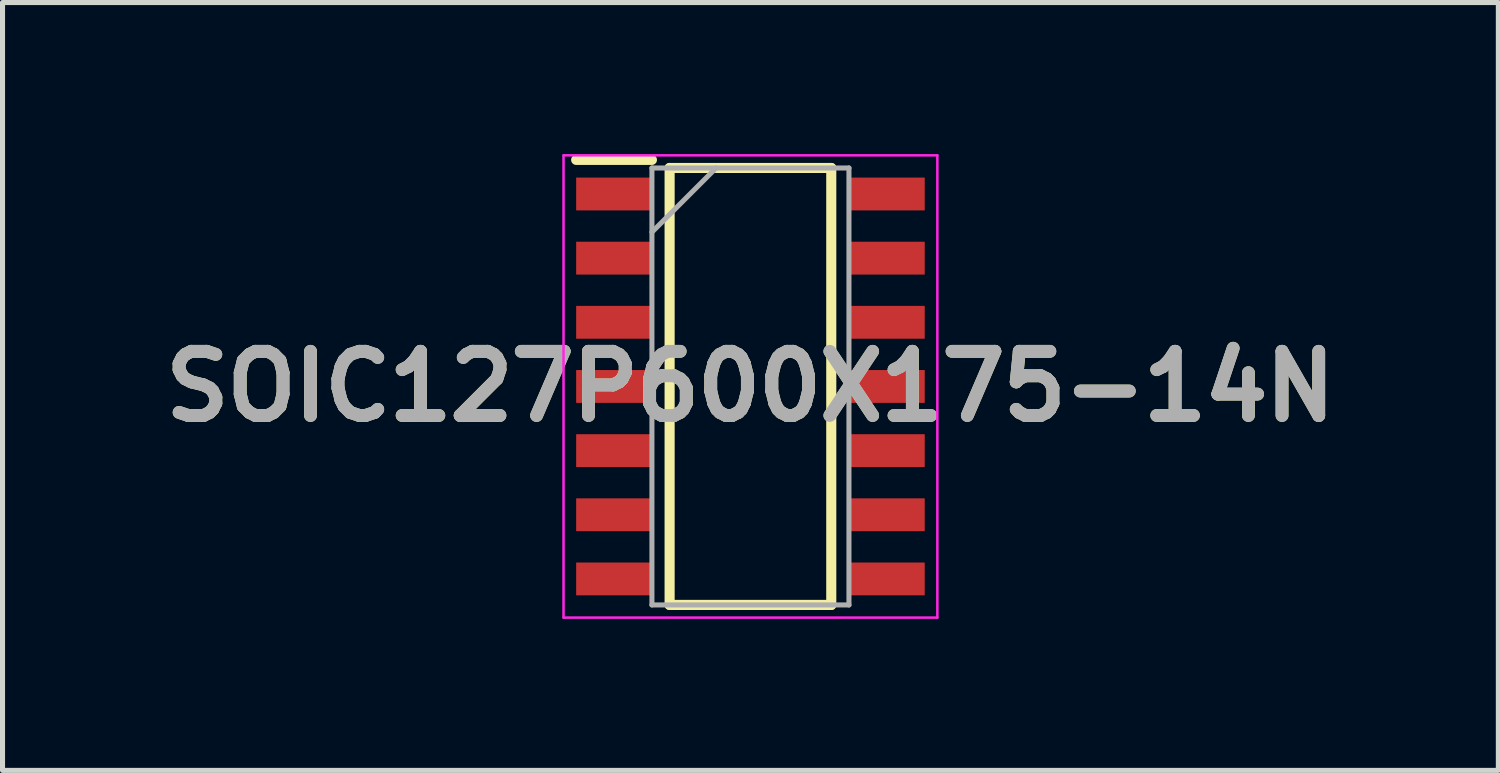
<source format=kicad_pcb>
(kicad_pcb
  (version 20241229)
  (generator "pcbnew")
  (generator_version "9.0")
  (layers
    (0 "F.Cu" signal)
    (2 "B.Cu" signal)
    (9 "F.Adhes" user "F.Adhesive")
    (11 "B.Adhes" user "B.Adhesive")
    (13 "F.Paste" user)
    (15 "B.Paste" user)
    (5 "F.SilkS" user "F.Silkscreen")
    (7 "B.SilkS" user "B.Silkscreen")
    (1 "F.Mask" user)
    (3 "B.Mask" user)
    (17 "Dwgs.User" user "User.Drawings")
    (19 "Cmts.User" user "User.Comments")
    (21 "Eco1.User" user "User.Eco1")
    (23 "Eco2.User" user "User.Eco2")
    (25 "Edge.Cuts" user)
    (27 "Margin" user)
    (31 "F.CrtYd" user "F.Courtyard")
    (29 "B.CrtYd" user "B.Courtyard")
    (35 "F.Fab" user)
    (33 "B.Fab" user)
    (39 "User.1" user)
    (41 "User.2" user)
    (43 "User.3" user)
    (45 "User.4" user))
  (footprint "SOIC127P600X175-14N"
    (layer "F.Cu")
    (at 11.805 4.6)
    (property "Reference" "SOIC127P600X175-14N" (at 0 0 0) (layer "F.SilkS") (effects (font (size 1.27 1.27) (thickness 0.254))))
    (attr smd)
    (fp_line (start -3.45 -4.485) (end -1.95 -4.485) (stroke (width 0.2) (type solid)) (layer "F.SilkS"))
    (fp_line (start -1.6 -4.325) (end 1.6 -4.325) (stroke (width 0.2) (type solid)) (layer "F.SilkS"))
    (fp_line (start -1.6 4.325) (end -1.6 -4.325) (stroke (width 0.2) (type solid)) (layer "F.SilkS"))
    (fp_line (start 1.6 -4.325) (end 1.6 4.325) (stroke (width 0.2) (type solid)) (layer "F.SilkS"))
    (fp_line (start 1.6 4.325) (end -1.6 4.325) (stroke (width 0.2) (type solid)) (layer "F.SilkS"))
    (fp_line (start -3.7 -4.575) (end 3.7 -4.575) (stroke (width 0.05) (type solid)) (layer "F.CrtYd"))
    (fp_line (start -3.7 4.575) (end -3.7 -4.575) (stroke (width 0.05) (type solid)) (layer "F.CrtYd"))
    (fp_line (start 3.7 -4.575) (end 3.7 4.575) (stroke (width 0.05) (type solid)) (layer "F.CrtYd"))
    (fp_line (start 3.7 4.575) (end -3.7 4.575) (stroke (width 0.05) (type solid)) (layer "F.CrtYd"))
    (fp_line (start -1.95 -4.325) (end 1.95 -4.325) (stroke (width 0.1) (type solid)) (layer "F.Fab"))
    (fp_line (start -1.95 -3.055) (end -0.68 -4.325) (stroke (width 0.1) (type solid)) (layer "F.Fab"))
    (fp_line (start -1.95 4.325) (end -1.95 -4.325) (stroke (width 0.1) (type solid)) (layer "F.Fab"))
    (fp_line (start 1.95 -4.325) (end 1.95 4.325) (stroke (width 0.1) (type solid)) (layer "F.Fab"))
    (fp_line (start 1.95 4.325) (end -1.95 4.325) (stroke (width 0.1) (type solid)) (layer "F.Fab"))
    (fp_text user "${REFERENCE}" (at 0 0 0) (layer "F.Fab") (effects (font (size 1.27 1.27) (thickness 0.254))))
    (pad "1" smd rect (at -2.7 -3.81 90) (size 0.65 1.5) (layers "F.Cu" "F.Mask" "F.Paste"))
    (pad "2" smd rect (at -2.7 -2.54 90) (size 0.65 1.5) (layers "F.Cu" "F.Mask" "F.Paste"))
    (pad "3" smd rect (at -2.7 -1.27 90) (size 0.65 1.5) (layers "F.Cu" "F.Mask" "F.Paste"))
    (pad "4" smd rect (at -2.7 0 90) (size 0.65 1.5) (layers "F.Cu" "F.Mask" "F.Paste"))
    (pad "5" smd rect (at -2.7 1.27 90) (size 0.65 1.5) (layers "F.Cu" "F.Mask" "F.Paste"))
    (pad "6" smd rect (at -2.7 2.54 90) (size 0.65 1.5) (layers "F.Cu" "F.Mask" "F.Paste"))
    (pad "7" smd rect (at -2.7 3.81 90) (size 0.65 1.5) (layers "F.Cu" "F.Mask" "F.Paste"))
    (pad "8" smd rect (at 2.7 3.81 90) (size 0.65 1.5) (layers "F.Cu" "F.Mask" "F.Paste"))
    (pad "9" smd rect (at 2.7 2.54 90) (size 0.65 1.5) (layers "F.Cu" "F.Mask" "F.Paste"))
    (pad "10" smd rect (at 2.7 1.27 90) (size 0.65 1.5) (layers "F.Cu" "F.Mask" "F.Paste"))
    (pad "11" smd rect (at 2.7 0 90) (size 0.65 1.5) (layers "F.Cu" "F.Mask" "F.Paste"))
    (pad "12" smd rect (at 2.7 -1.27 90) (size 0.65 1.5) (layers "F.Cu" "F.Mask" "F.Paste"))
    (pad "13" smd rect (at 2.7 -2.54 90) (size 0.65 1.5) (layers "F.Cu" "F.Mask" "F.Paste"))
    (pad "14" smd rect (at 2.7 -3.81 90) (size 0.65 1.5) (layers "F.Cu" "F.Mask" "F.Paste")))
  (gr_rect
    (start -3 -3)
    (end 26.61 12.2)
    (stroke (width 0.1) (type default))
    (fill no)
    (layer "Edge.Cuts")))
</source>
